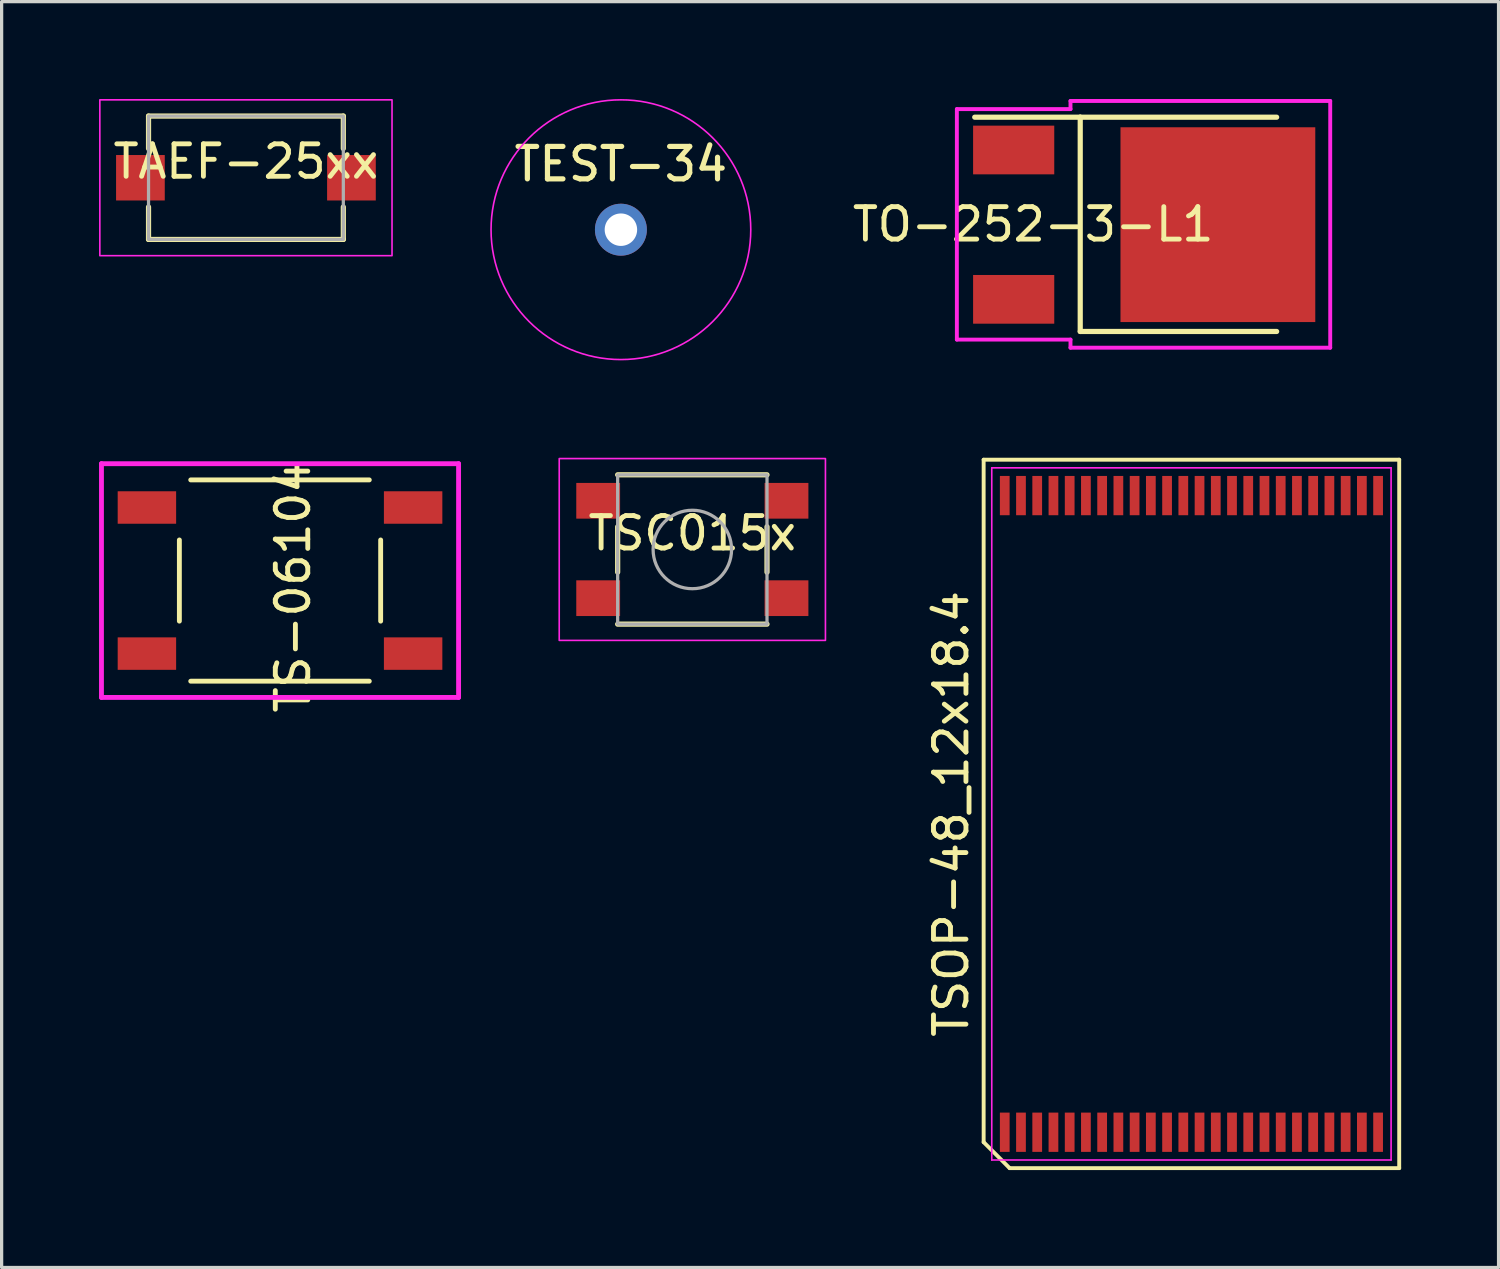
<source format=kicad_pcb>
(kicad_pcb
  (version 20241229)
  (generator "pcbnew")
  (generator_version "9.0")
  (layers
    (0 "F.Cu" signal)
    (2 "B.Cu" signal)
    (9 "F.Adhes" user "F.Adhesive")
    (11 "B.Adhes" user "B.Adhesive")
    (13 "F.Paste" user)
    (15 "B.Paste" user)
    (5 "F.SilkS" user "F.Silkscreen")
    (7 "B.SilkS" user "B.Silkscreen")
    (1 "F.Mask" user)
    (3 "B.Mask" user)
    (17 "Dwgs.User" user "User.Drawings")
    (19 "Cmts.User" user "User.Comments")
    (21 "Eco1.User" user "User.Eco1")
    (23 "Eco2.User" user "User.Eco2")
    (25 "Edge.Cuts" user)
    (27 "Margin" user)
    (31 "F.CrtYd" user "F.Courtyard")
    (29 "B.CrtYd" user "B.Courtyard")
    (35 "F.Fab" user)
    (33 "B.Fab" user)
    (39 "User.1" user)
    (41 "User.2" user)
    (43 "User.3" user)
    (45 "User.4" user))
  (footprint "TSOP-48_12x18.4"
    (layer "F.Cu")
    (at 33.648 22.02)
    (property "Reference" "TSOP-48_12x18.4" (at -7.4 0 90) (layer "F.SilkS") (effects (font (size 1 1) (thickness 0.15))))
    (attr smd)
    (fp_line (start -6.4 -10.91) (end 6.4 -10.91) (stroke (width 0.12) (type default)) (layer "F.SilkS"))
    (fp_line (start -6.4 10.11) (end -6.4 -10.91) (stroke (width 0.12) (type default)) (layer "F.SilkS"))
    (fp_line (start -5.6 10.91) (end -6.4 10.11) (stroke (width 0.12) (type default)) (layer "F.SilkS"))
    (fp_line (start 6.4 -10.91) (end 6.4 10.91) (stroke (width 0.12) (type default)) (layer "F.SilkS"))
    (fp_line (start 6.4 10.91) (end -5.6 10.91) (stroke (width 0.12) (type default)) (layer "F.SilkS"))
    (fp_line (start -6.15 -10.66) (end 6.15 -10.66) (stroke (width 0.05) (type default)) (layer "F.CrtYd"))
    (fp_line (start -6.15 10.66) (end -6.15 -10.66) (stroke (width 0.05) (type default)) (layer "F.CrtYd"))
    (fp_line (start 6.15 -10.66) (end 6.15 10.66) (stroke (width 0.05) (type default)) (layer "F.CrtYd"))
    (fp_line (start 6.15 10.66) (end -6.15 10.66) (stroke (width 0.05) (type default)) (layer "F.CrtYd"))
    (pad "1" smd rect (at -5.75 9.805) (size 0.3 1.21) (layers "F.Cu" "F.Mask" "F.Paste"))
    (pad "2" smd rect (at -5.25 9.805) (size 0.3 1.21) (layers "F.Cu" "F.Mask" "F.Paste"))
    (pad "3" smd rect (at -4.75 9.805) (size 0.3 1.21) (layers "F.Cu" "F.Mask" "F.Paste"))
    (pad "4" smd rect (at -4.25 9.805) (size 0.3 1.21) (layers "F.Cu" "F.Mask" "F.Paste"))
    (pad "5" smd rect (at -3.75 9.805) (size 0.3 1.21) (layers "F.Cu" "F.Mask" "F.Paste"))
    (pad "6" smd rect (at -3.25 9.805) (size 0.3 1.21) (layers "F.Cu" "F.Mask" "F.Paste"))
    (pad "7" smd rect (at -2.75 9.805) (size 0.3 1.21) (layers "F.Cu" "F.Mask" "F.Paste"))
    (pad "8" smd rect (at -2.25 9.805) (size 0.3 1.21) (layers "F.Cu" "F.Mask" "F.Paste"))
    (pad "9" smd rect (at -1.75 9.805) (size 0.3 1.21) (layers "F.Cu" "F.Mask" "F.Paste"))
    (pad "10" smd rect (at -1.25 9.805) (size 0.3 1.21) (layers "F.Cu" "F.Mask" "F.Paste"))
    (pad "11" smd rect (at -0.75 9.805) (size 0.3 1.21) (layers "F.Cu" "F.Mask" "F.Paste"))
    (pad "12" smd rect (at -0.25 9.805) (size 0.3 1.21) (layers "F.Cu" "F.Mask" "F.Paste"))
    (pad "13" smd rect (at 0.25 9.805) (size 0.3 1.21) (layers "F.Cu" "F.Mask" "F.Paste"))
    (pad "14" smd rect (at 0.75 9.805) (size 0.3 1.21) (layers "F.Cu" "F.Mask" "F.Paste"))
    (pad "15" smd rect (at 1.25 9.805) (size 0.3 1.21) (layers "F.Cu" "F.Mask" "F.Paste"))
    (pad "16" smd rect (at 1.75 9.805) (size 0.3 1.21) (layers "F.Cu" "F.Mask" "F.Paste"))
    (pad "17" smd rect (at 2.25 9.805) (size 0.3 1.21) (layers "F.Cu" "F.Mask" "F.Paste"))
    (pad "18" smd rect (at 2.75 9.805) (size 0.3 1.21) (layers "F.Cu" "F.Mask" "F.Paste"))
    (pad "19" smd rect (at 3.25 9.805) (size 0.3 1.21) (layers "F.Cu" "F.Mask" "F.Paste"))
    (pad "20" smd rect (at 3.75 9.805) (size 0.3 1.21) (layers "F.Cu" "F.Mask" "F.Paste"))
    (pad "21" smd rect (at 4.25 9.805) (size 0.3 1.21) (layers "F.Cu" "F.Mask" "F.Paste"))
    (pad "22" smd rect (at 4.75 9.805) (size 0.3 1.21) (layers "F.Cu" "F.Mask" "F.Paste"))
    (pad "23" smd rect (at 5.25 9.805) (size 0.3 1.21) (layers "F.Cu" "F.Mask" "F.Paste"))
    (pad "24" smd rect (at 5.75 9.805) (size 0.3 1.21) (layers "F.Cu" "F.Mask" "F.Paste"))
    (pad "25" smd rect (at 5.75 -9.805) (size 0.3 1.21) (layers "F.Cu" "F.Mask" "F.Paste"))
    (pad "26" smd rect (at 5.25 -9.805) (size 0.3 1.21) (layers "F.Cu" "F.Mask" "F.Paste"))
    (pad "27" smd rect (at 4.75 -9.805) (size 0.3 1.21) (layers "F.Cu" "F.Mask" "F.Paste"))
    (pad "28" smd rect (at 4.25 -9.805) (size 0.3 1.21) (layers "F.Cu" "F.Mask" "F.Paste"))
    (pad "29" smd rect (at 3.75 -9.805) (size 0.3 1.21) (layers "F.Cu" "F.Mask" "F.Paste"))
    (pad "30" smd rect (at 3.25 -9.805) (size 0.3 1.21) (layers "F.Cu" "F.Mask" "F.Paste"))
    (pad "31" smd rect (at 2.75 -9.805) (size 0.3 1.21) (layers "F.Cu" "F.Mask" "F.Paste"))
    (pad "32" smd rect (at 2.25 -9.805) (size 0.3 1.21) (layers "F.Cu" "F.Mask" "F.Paste"))
    (pad "33" smd rect (at 1.75 -9.805) (size 0.3 1.21) (layers "F.Cu" "F.Mask" "F.Paste"))
    (pad "34" smd rect (at 1.25 -9.805) (size 0.3 1.21) (layers "F.Cu" "F.Mask" "F.Paste"))
    (pad "35" smd rect (at 0.75 -9.805) (size 0.3 1.21) (layers "F.Cu" "F.Mask" "F.Paste"))
    (pad "36" smd rect (at 0.25 -9.805) (size 0.3 1.21) (layers "F.Cu" "F.Mask" "F.Paste"))
    (pad "37" smd rect (at -0.25 -9.805) (size 0.3 1.21) (layers "F.Cu" "F.Mask" "F.Paste"))
    (pad "38" smd rect (at -0.75 -9.805) (size 0.3 1.21) (layers "F.Cu" "F.Mask" "F.Paste"))
    (pad "39" smd rect (at -1.25 -9.805) (size 0.3 1.21) (layers "F.Cu" "F.Mask" "F.Paste"))
    (pad "40" smd rect (at -1.75 -9.805) (size 0.3 1.21) (layers "F.Cu" "F.Mask" "F.Paste"))
    (pad "41" smd rect (at -2.25 -9.805) (size 0.3 1.21) (layers "F.Cu" "F.Mask" "F.Paste"))
    (pad "42" smd rect (at -2.75 -9.805) (size 0.3 1.21) (layers "F.Cu" "F.Mask" "F.Paste"))
    (pad "43" smd rect (at -3.25 -9.805) (size 0.3 1.21) (layers "F.Cu" "F.Mask" "F.Paste"))
    (pad "44" smd rect (at -3.75 -9.805) (size 0.3 1.21) (layers "F.Cu" "F.Mask" "F.Paste"))
    (pad "45" smd rect (at -4.25 -9.805) (size 0.3 1.21) (layers "F.Cu" "F.Mask" "F.Paste"))
    (pad "46" smd rect (at -4.75 -9.805) (size 0.3 1.21) (layers "F.Cu" "F.Mask" "F.Paste"))
    (pad "47" smd rect (at -5.25 -9.805) (size 0.3 1.21) (layers "F.Cu" "F.Mask" "F.Paste"))
    (pad "48" smd rect (at -5.75 -9.805) (size 0.3 1.21) (layers "F.Cu" "F.Mask" "F.Paste")))
  (footprint "TAEF-25xx"
    (layer "F.Cu")
    (at 4.525 2.425)
    (property "Reference" "TAEF-25xx" (at 0 -0.5 0) (unlocked yes) (layer "F.SilkS") (effects (font (size 1 1) (thickness 0.15))))
    (attr smd)
    (fp_line (start -3 -1.9) (end 3 -1.9) (stroke (width 0.16) (type default)) (layer "F.SilkS"))
    (fp_line (start -3 -0.9) (end -3 -1.9) (stroke (width 0.16) (type default)) (layer "F.SilkS"))
    (fp_line (start -3 0.9) (end -3 1.9) (stroke (width 0.16) (type default)) (layer "F.SilkS"))
    (fp_line (start -3 1.9) (end 3 1.9) (stroke (width 0.16) (type default)) (layer "F.SilkS"))
    (fp_line (start 3 -1.9) (end 3 -0.9) (stroke (width 0.16) (type default)) (layer "F.SilkS"))
    (fp_line (start 3 1.9) (end 3 0.9) (stroke (width 0.16) (type default)) (layer "F.SilkS"))
    (fp_rect (start -4.5 -2.4) (end 4.5 2.4) (stroke (width 0.05) (type default)) (fill no) (layer "F.CrtYd"))
    (fp_rect (start -3 -1.9) (end 3 1.9) (stroke (width 0.1) (type default)) (fill no) (layer "F.Fab"))
    (pad "1" smd rect (at -3.25 0) (size 1.5 1.4) (layers "F.Cu" "F.Mask" "F.Paste"))
    (pad "2" smd rect (at 3.25 0) (size 1.5 1.4) (layers "F.Cu" "F.Mask" "F.Paste")))
  (footprint "TO-252-3-L1"
    (layer "F.Cu")
    (at 32.173 3.87)
    (property "Reference" "TO-252-3-L1" (at -3.4 -0.01 0) (layer "F.SilkS") (effects (font (size 1 1) (thickness 0.15))))
    (attr through_hole)
    (fp_line (start -1.95 -3.31) (end -5.2 -3.31) (stroke (width 0.16) (type solid)) (layer "F.SilkS"))
    (fp_line (start -1.95 -3.31) (end -1.95 3.29) (stroke (width 0.16) (type solid)) (layer "F.SilkS"))
    (fp_line (start 4.1 -3.31) (end -1.95 -3.31) (stroke (width 0.16) (type solid)) (layer "F.SilkS"))
    (fp_line (start 4.1 3.29) (end -1.95 3.29) (stroke (width 0.16) (type solid)) (layer "F.SilkS"))
    (fp_line (start -5.75 -3.56) (end -2.25 -3.56) (stroke (width 0.12) (type solid)) (layer "F.CrtYd"))
    (fp_line (start -5.75 3.54) (end -5.75 -3.56) (stroke (width 0.12) (type solid)) (layer "F.CrtYd"))
    (fp_line (start -5.75 3.54) (end -2.25 3.54) (stroke (width 0.12) (type solid)) (layer "F.CrtYd"))
    (fp_line (start -2.25 -3.81) (end 5.75 -3.81) (stroke (width 0.12) (type solid)) (layer "F.CrtYd"))
    (fp_line (start -2.25 -3.56) (end -2.25 -3.81) (stroke (width 0.12) (type solid)) (layer "F.CrtYd"))
    (fp_line (start -2.25 3.54) (end -2.25 3.79) (stroke (width 0.12) (type solid)) (layer "F.CrtYd"))
    (fp_line (start 5.75 -3.81) (end 5.75 3.79) (stroke (width 0.12) (type solid)) (layer "F.CrtYd"))
    (fp_line (start 5.75 3.79) (end -2.25 3.79) (stroke (width 0.12) (type solid)) (layer "F.CrtYd"))
    (pad "" smd rect (at 0.54 -1.75 270) (size 2.5 2.5) (layers "F.Paste"))
    (pad "" smd rect (at 0.54 1.75 270) (size 2.5 2.5) (layers "F.Paste"))
    (pad "" smd rect (at 4.04 -1.75 270) (size 2.5 2.5) (layers "F.Paste"))
    (pad "" smd rect (at 4.04 1.75 270) (size 2.5 2.5) (layers "F.Paste"))
    (pad "1" smd rect (at -4 -2.3 270) (size 1.5 2.5) (layers "F.Cu" "F.Mask" "F.Paste"))
    (pad "2" smd rect (at 2.29 0 270) (size 6 6) (layers "F.Cu" "F.Mask"))
    (pad "3" smd rect (at -4 2.3 270) (size 1.5 2.5) (layers "F.Cu" "F.Mask" "F.Paste")))
  (footprint "TEST-34"
    (layer "F.Cu")
    (at 16.075 4.025)
    (property "Reference" "TEST-34" (at 0 -2.02 0) (unlocked yes) (layer "F.SilkS") (effects (font (size 1 1) (thickness 0.16))))
    (attr through_hole)
    (fp_circle (center 0 0) (end 4 0) (stroke (width 0.05) (type solid)) (fill no) (layer "F.CrtYd"))
    (pad "1" thru_hole circle (at 0 0) (size 1.6 1.6) (drill 1) (layers "*.Cu" "*.Mask")))
  (footprint "TS-06104"
    (layer "F.Cu")
    (at 5.575 14.832)
    (property "Reference" "TS-06104" (at 0.4 0.2 90) (layer "F.SilkS") (effects (font (size 1 1) (thickness 0.15))))
    (attr through_hole)
    (fp_line (start -3.1 1.25) (end -3.1 -1.25) (stroke (width 0.15) (type solid)) (layer "F.SilkS"))
    (fp_line (start -2.75 -3.1) (end 2.75 -3.1) (stroke (width 0.15) (type solid)) (layer "F.SilkS"))
    (fp_line (start -2.75 3.1) (end 2.75 3.1) (stroke (width 0.15) (type solid)) (layer "F.SilkS"))
    (fp_line (start 3.1 1.25) (end 3.1 -1.25) (stroke (width 0.15) (type solid)) (layer "F.SilkS"))
    (fp_line (start -5.5 -3.6) (end -5.5 3.6) (stroke (width 0.15) (type solid)) (layer "F.CrtYd"))
    (fp_line (start 5.5 -3.6) (end -5.5 -3.6) (stroke (width 0.15) (type solid)) (layer "F.CrtYd"))
    (fp_line (start 5.5 -3.6) (end 5.5 3.6) (stroke (width 0.15) (type solid)) (layer "F.CrtYd"))
    (fp_line (start 5.5 3.6) (end -5.5 3.6) (stroke (width 0.15) (type solid)) (layer "F.CrtYd"))
    (pad "1" smd rect (at -4.1 -2.25) (size 1.8 1) (layers "F.Cu" "F.Mask" "F.Paste"))
    (pad "2" smd rect (at 4.1 -2.25) (size 1.8 1) (layers "F.Cu" "F.Mask" "F.Paste"))
    (pad "3" smd rect (at -4.1 2.25) (size 1.8 1) (layers "F.Cu" "F.Mask" "F.Paste"))
    (pad "4" smd rect (at 4.1 2.25) (size 1.8 1) (layers "F.Cu" "F.Mask" "F.Paste")))
  (footprint "TSC015x"
    (layer "F.Cu")
    (at 18.275 13.875)
    (property "Reference" "TSC015x" (at 0 -0.5 0) (unlocked yes) (layer "F.SilkS") (effects (font (size 1 1) (thickness 0.15))))
    (attr smd)
    (fp_line (start -2.3 -0.7) (end -2.3 0.7) (stroke (width 0.16) (type default)) (layer "F.SilkS"))
    (fp_line (start -2.3 2.3) (end 2.3 2.3) (stroke (width 0.16) (type default)) (layer "F.SilkS"))
    (fp_line (start 2.3 -2.3) (end -2.3 -2.3) (stroke (width 0.16) (type default)) (layer "F.SilkS"))
    (fp_line (start 2.3 -0.7) (end 2.3 0.7) (stroke (width 0.16) (type default)) (layer "F.SilkS"))
    (fp_rect (start -4.1 -2.8) (end 4.1 2.8) (stroke (width 0.05) (type default)) (fill no) (layer "F.CrtYd"))
    (fp_rect (start -2.3 -2.3) (end 2.3 2.3) (stroke (width 0.1) (type default)) (fill no) (layer "F.Fab"))
    (fp_circle (center 0 0) (end 0.5 1.1) (stroke (width 0.1) (type default)) (fill no) (layer "F.Fab"))
    (pad "1" smd rect (at -2.9 -1.5) (size 1.35 1.1) (layers "F.Cu" "F.Mask" "F.Paste"))
    (pad "2" smd rect (at 2.9 -1.5) (size 1.35 1.1) (layers "F.Cu" "F.Mask" "F.Paste"))
    (pad "3" smd rect (at -2.9 1.5) (size 1.35 1.1) (layers "F.Cu" "F.Mask" "F.Paste"))
    (pad "4" smd rect (at 2.9 1.5) (size 1.35 1.1) (layers "F.Cu" "F.Mask" "F.Paste")))
  (gr_rect
    (start -3 -3)
    (end 43.108 35.99)
    (stroke (width 0.1) (type default))
    (fill no)
    (layer "Edge.Cuts")))
</source>
